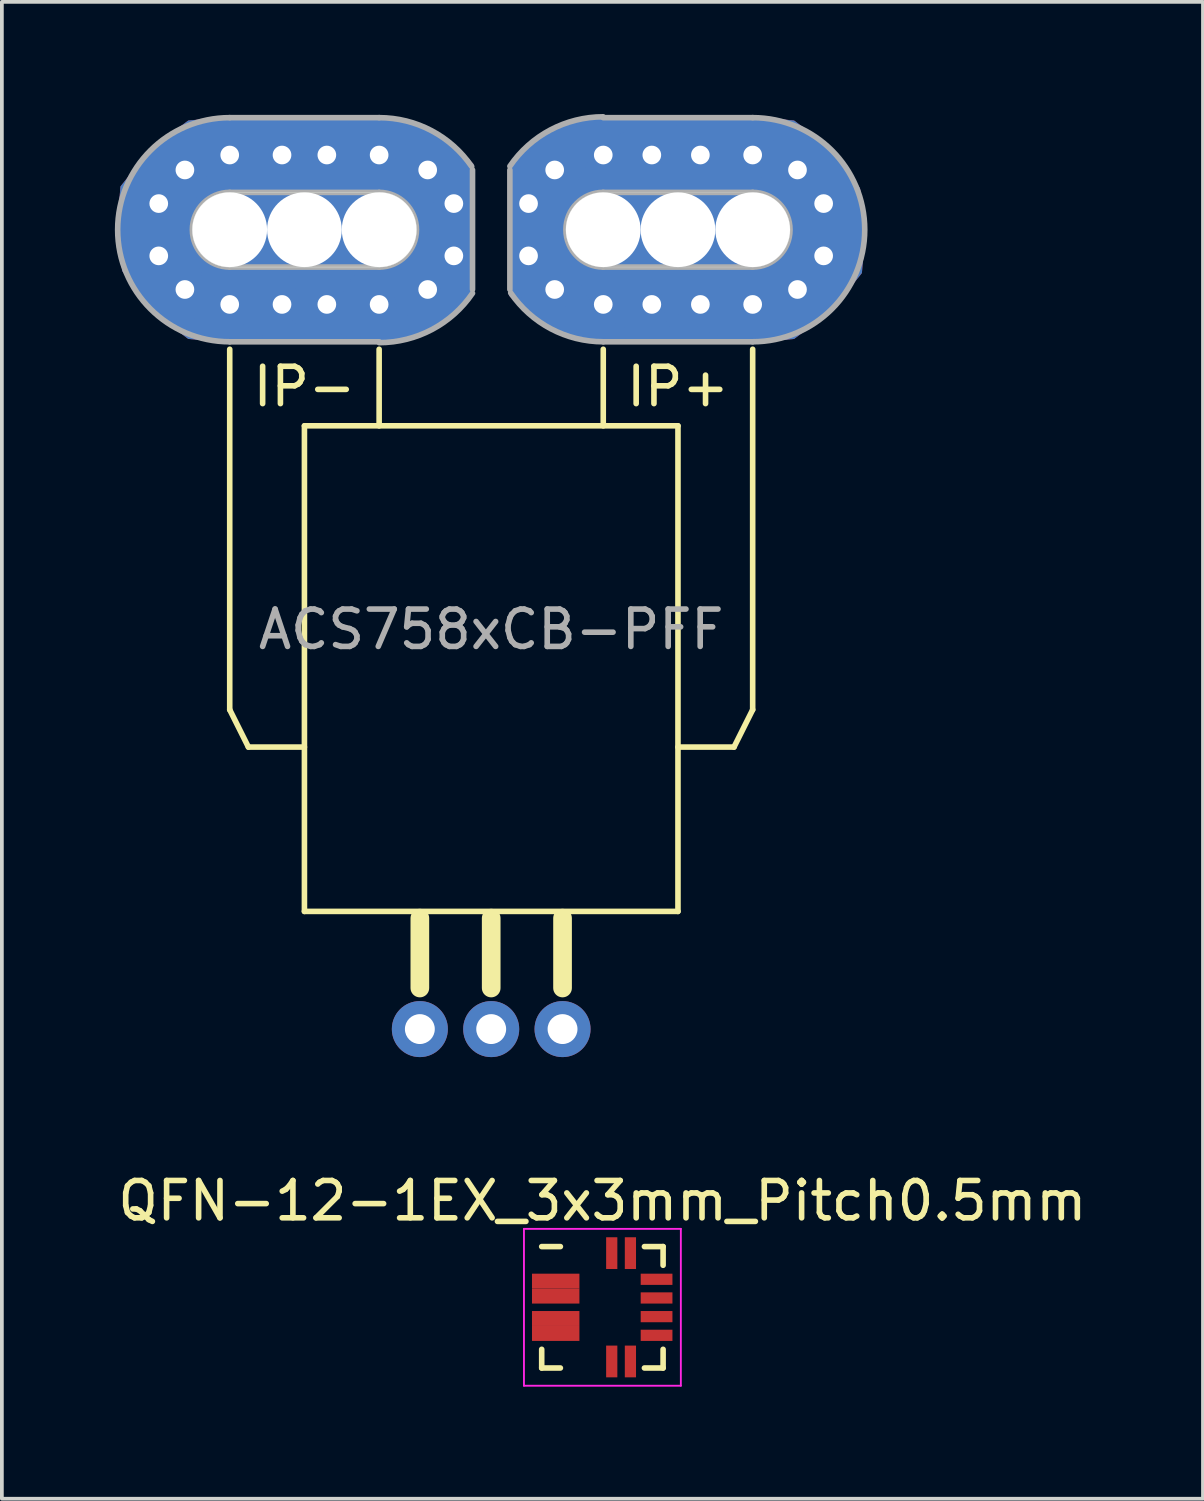
<source format=kicad_pcb>
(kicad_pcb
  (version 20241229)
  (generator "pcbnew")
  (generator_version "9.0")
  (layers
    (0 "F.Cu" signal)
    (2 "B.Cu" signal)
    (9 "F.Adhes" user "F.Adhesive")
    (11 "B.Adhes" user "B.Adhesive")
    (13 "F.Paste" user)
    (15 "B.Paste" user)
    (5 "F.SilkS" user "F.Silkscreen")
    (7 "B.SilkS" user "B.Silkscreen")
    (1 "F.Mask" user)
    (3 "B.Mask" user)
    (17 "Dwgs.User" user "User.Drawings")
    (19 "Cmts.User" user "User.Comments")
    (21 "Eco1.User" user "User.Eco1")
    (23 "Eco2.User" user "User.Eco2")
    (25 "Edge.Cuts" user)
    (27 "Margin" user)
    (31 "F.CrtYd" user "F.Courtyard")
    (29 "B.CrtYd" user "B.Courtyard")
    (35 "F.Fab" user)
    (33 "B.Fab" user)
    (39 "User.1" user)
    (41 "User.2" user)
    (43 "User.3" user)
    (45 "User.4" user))
  (footprint "QFN-12-1EX_3x3mm_Pitch0.5mm"
    (layer "F.Cu")
    (at 13.077 31.948)
    (property "Reference" "QFN-12-1EX_3x3mm_Pitch0.5mm" (at 0 -2.85 0) (layer "F.SilkS") (effects (font (size 1 1) (thickness 0.15))))
    (attr smd)
    (fp_line (start -1.625 -1.625) (end -1.125 -1.625) (stroke (width 0.15) (type solid)) (layer "F.SilkS"))
    (fp_line (start -1.625 1.625) (end -1.625 1.125) (stroke (width 0.15) (type solid)) (layer "F.SilkS"))
    (fp_line (start -1.625 1.625) (end -1.125 1.625) (stroke (width 0.15) (type solid)) (layer "F.SilkS"))
    (fp_line (start 1.625 -1.625) (end 1.125 -1.625) (stroke (width 0.15) (type solid)) (layer "F.SilkS"))
    (fp_line (start 1.625 -1.625) (end 1.625 -1.125) (stroke (width 0.15) (type solid)) (layer "F.SilkS"))
    (fp_line (start 1.625 1.625) (end 1.125 1.625) (stroke (width 0.15) (type solid)) (layer "F.SilkS"))
    (fp_line (start 1.625 1.625) (end 1.625 1.125) (stroke (width 0.15) (type solid)) (layer "F.SilkS"))
    (fp_line (start -2.1 -2.1) (end -2.1 2.1) (stroke (width 0.05) (type solid)) (layer "F.CrtYd"))
    (fp_line (start -2.1 -2.1) (end 2.1 -2.1) (stroke (width 0.05) (type solid)) (layer "F.CrtYd"))
    (fp_line (start -2.1 2.1) (end 2.1 2.1) (stroke (width 0.05) (type solid)) (layer "F.CrtYd"))
    (fp_line (start 2.1 -2.1) (end 2.1 2.1) (stroke (width 0.05) (type solid)) (layer "F.CrtYd"))
    (pad "1" smd rect (at -1.25 -0.7) (size 1.27 0.4) (layers "F.Cu" "F.Mask" "F.Paste"))
    (pad "2" smd rect (at -1.25 -0.3) (size 1.27 0.4) (layers "F.Cu" "F.Mask" "F.Paste"))
    (pad "3" smd rect (at -1.25 0.3) (size 1.27 0.4) (layers "F.Cu" "F.Mask" "F.Paste"))
    (pad "4" smd rect (at -1.25 0.7) (size 1.27 0.4) (layers "F.Cu" "F.Mask" "F.Paste"))
    (pad "5" smd rect (at 0.25 1.45 90) (size 0.85 0.3) (layers "F.Cu" "F.Mask" "F.Paste"))
    (pad "6" smd rect (at 0.75 1.45 90) (size 0.85 0.3) (layers "F.Cu" "F.Mask" "F.Paste"))
    (pad "7" smd rect (at 1.45 0.75) (size 0.85 0.3) (layers "F.Cu" "F.Mask" "F.Paste"))
    (pad "8" smd rect (at 1.45 0.25) (size 0.85 0.3) (layers "F.Cu" "F.Mask" "F.Paste"))
    (pad "9" smd rect (at 1.45 -0.25) (size 0.85 0.3) (layers "F.Cu" "F.Mask" "F.Paste"))
    (pad "10" smd rect (at 1.45 -0.75) (size 0.85 0.3) (layers "F.Cu" "F.Mask" "F.Paste"))
    (pad "11" smd rect (at 0.75 -1.45 90) (size 0.85 0.3) (layers "F.Cu" "F.Mask" "F.Paste"))
    (pad "12" smd rect (at 0.25 -1.45 90) (size 0.85 0.3) (layers "F.Cu" "F.Mask" "F.Paste")))
  (footprint "ACS758xCB-PFF"
    (layer "F.Cu")
    (at 10.1 13.8)
    (property "Reference" "ACS758xCB-PFF" (at 0 0 0) (layer "F.Fab") (effects (font (size 1 1) (thickness 0.15))))
    (attr through_hole)
    (fp_poly (pts (xy -1.95 -13.5) (xy -1.05 -13) (xy -0.5 -12.45) (xy -0.5 -8.95) (xy -1.05 -8.4) (xy -1.95 -7.9) (xy -3 -7.7) (xy -7 -7.7) (xy -8.1 -7.8) (xy -9.1 -8.55) (xy -9.85 -9.6) (xy -10 -10.7) (xy -9.9 -11.85) (xy -9.1 -12.85) (xy -8.1 -13.6) (xy -7 -13.7) (xy -3 -13.7) (xy -1.95 -13.5)) (stroke (width 0.05) (type solid)) (fill yes) (layer "F.Cu"))
    (fp_poly (pts (xy 1.95 -7.9) (xy 1.05 -8.4) (xy 0.5 -8.95) (xy 0.5 -12.45) (xy 1.05 -13) (xy 1.95 -13.5) (xy 3 -13.7) (xy 7 -13.7) (xy 8.1 -13.6) (xy 9.1 -12.85) (xy 9.85 -11.8) (xy 10 -10.7) (xy 9.9 -9.55) (xy 9.1 -8.55) (xy 8.1 -7.8) (xy 7 -7.7) (xy 3 -7.7) (xy 1.95 -7.9)) (stroke (width 0.05) (type solid)) (fill yes) (layer "F.Cu"))
    (fp_poly (pts (xy -1.95 -13.5) (xy -1.05 -13) (xy -0.5 -12.45) (xy -0.5 -8.95) (xy -1.05 -8.4) (xy -1.95 -7.9) (xy -3 -7.7) (xy -7 -7.7) (xy -8.1 -7.8) (xy -9.1 -8.55) (xy -9.85 -9.6) (xy -10 -10.7) (xy -9.9 -11.85) (xy -9.1 -12.85) (xy -8.1 -13.6) (xy -7 -13.7) (xy -3 -13.7) (xy -1.95 -13.5)) (stroke (width 0.2) (type solid)) (fill yes) (layer "F.Mask"))
    (fp_poly (pts (xy 1.95 -7.9) (xy 1.05 -8.4) (xy 0.5 -8.95) (xy 0.5 -12.45) (xy 1.05 -13) (xy 1.95 -13.5) (xy 3 -13.7) (xy 7 -13.7) (xy 8.1 -13.6) (xy 9.1 -12.85) (xy 9.85 -11.8) (xy 10 -10.7) (xy 9.9 -9.55) (xy 9.1 -8.55) (xy 8.1 -7.8) (xy 7 -7.7) (xy 3 -7.7) (xy 1.95 -7.9)) (stroke (width 0.2) (type solid)) (fill yes) (layer "F.Mask"))
    (fp_poly (pts (xy -1.95 -13.5) (xy -1.05 -13) (xy -0.5 -12.45) (xy -0.5 -8.95) (xy -1.05 -8.4) (xy -1.95 -7.9) (xy -3 -7.7) (xy -7 -7.7) (xy -8.1 -7.8) (xy -9.1 -8.55) (xy -9.85 -9.6) (xy -10 -10.7) (xy -9.9 -11.85) (xy -9.1 -12.85) (xy -8.1 -13.6) (xy -7 -13.7) (xy -3 -13.7) (xy -1.95 -13.5)) (stroke (width 0.05) (type solid)) (fill yes) (layer "B.Cu"))
    (fp_poly (pts (xy 1.95 -7.9) (xy 1.05 -8.4) (xy 0.5 -8.95) (xy 0.5 -12.45) (xy 1.05 -13) (xy 1.95 -13.5) (xy 3 -13.7) (xy 7 -13.7) (xy 8.1 -13.6) (xy 9.1 -12.85) (xy 9.85 -11.8) (xy 10 -10.7) (xy 9.9 -9.55) (xy 9.1 -8.55) (xy 8.1 -7.8) (xy 7 -7.7) (xy 3 -7.7) (xy 1.95 -7.9)) (stroke (width 0.05) (type solid)) (fill yes) (layer "B.Cu"))
    (fp_poly (pts (xy -1.95 -13.5) (xy -1.05 -13) (xy -0.5 -12.45) (xy -0.5 -8.95) (xy -1.05 -8.4) (xy -1.95 -7.9) (xy -3 -7.7) (xy -7 -7.7) (xy -8.1 -7.8) (xy -9.1 -8.55) (xy -9.85 -9.6) (xy -10 -10.7) (xy -9.9 -11.85) (xy -9.1 -12.85) (xy -8.1 -13.6) (xy -7 -13.7) (xy -3 -13.7) (xy -1.95 -13.5)) (stroke (width 0.2) (type solid)) (fill yes) (layer "B.Mask"))
    (fp_poly (pts (xy 1.95 -7.9) (xy 1.05 -8.4) (xy 0.5 -8.95) (xy 0.5 -12.45) (xy 1.05 -13) (xy 1.95 -13.5) (xy 3 -13.7) (xy 7 -13.7) (xy 8.1 -13.6) (xy 9.1 -12.85) (xy 9.85 -11.8) (xy 10 -10.7) (xy 9.9 -9.55) (xy 9.1 -8.55) (xy 8.1 -7.8) (xy 7 -7.7) (xy 3 -7.7) (xy 1.95 -7.9)) (stroke (width 0.2) (type solid)) (fill yes) (layer "B.Mask"))
    (fp_line (start -7 2.15) (end -7 -7.5) (stroke (width 0.15) (type solid)) (layer "F.SilkS"))
    (fp_line (start -6.5 3.15) (end -7 2.15) (stroke (width 0.15) (type solid)) (layer "F.SilkS"))
    (fp_line (start -5 -5.45) (end 5 -5.45) (stroke (width 0.15) (type solid)) (layer "F.SilkS"))
    (fp_line (start -5 3.15) (end -6.5 3.15) (stroke (width 0.15) (type solid)) (layer "F.SilkS"))
    (fp_line (start -5 7.55) (end -5 -5.45) (stroke (width 0.15) (type solid)) (layer "F.SilkS"))
    (fp_line (start -3 -7.5) (end -3 -5.45) (stroke (width 0.15) (type solid)) (layer "F.SilkS"))
    (fp_line (start -1.91 9.6) (end -1.91 7.73) (stroke (width 0.5) (type solid)) (layer "F.SilkS"))
    (fp_line (start 0 9.6) (end 0 7.73) (stroke (width 0.5) (type solid)) (layer "F.SilkS"))
    (fp_line (start 1.91 9.6) (end 1.91 7.73) (stroke (width 0.5) (type solid)) (layer "F.SilkS"))
    (fp_line (start 3 -7.5) (end 3 -5.45) (stroke (width 0.15) (type solid)) (layer "F.SilkS"))
    (fp_line (start 5 -5.45) (end 5 7.55) (stroke (width 0.15) (type solid)) (layer "F.SilkS"))
    (fp_line (start 5 3.15) (end 6.5 3.15) (stroke (width 0.15) (type solid)) (layer "F.SilkS"))
    (fp_line (start 5 7.55) (end -5 7.55) (stroke (width 0.15) (type solid)) (layer "F.SilkS"))
    (fp_line (start 6.5 3.15) (end 7 2.15) (stroke (width 0.15) (type solid)) (layer "F.SilkS"))
    (fp_line (start 7 2.15) (end 7 -7.5) (stroke (width 0.15) (type solid)) (layer "F.SilkS"))
    (fp_line (start -7 -11.7) (end -3 -11.7) (stroke (width 0.01) (type solid)) (layer "Edge.Cuts"))
    (fp_line (start -7 -11.7) (end -3 -11.7) (stroke (width 0.01) (type solid)) (layer "Edge.Cuts"))
    (fp_line (start -3 -9.7) (end -7 -9.7) (stroke (width 0.01) (type solid)) (layer "Edge.Cuts"))
    (fp_line (start -3 -9.7) (end -7 -9.7) (stroke (width 0.01) (type solid)) (layer "Edge.Cuts"))
    (fp_line (start 3 -9.7) (end 7 -9.7) (stroke (width 0.01) (type solid)) (layer "Edge.Cuts"))
    (fp_line (start 7 -11.7) (end 3 -11.7) (stroke (width 0.01) (type solid)) (layer "Edge.Cuts"))
    (fp_arc (start -7 -9.7) (mid -8 -10.7) (end -7 -11.7) (stroke (width 0.01) (type solid)) (layer "Edge.Cuts"))
    (fp_arc (start -7 -9.7) (mid -8 -10.7) (end -7 -11.7) (stroke (width 0.01) (type solid)) (layer "Edge.Cuts"))
    (fp_arc (start -3 -11.7) (mid -2 -10.7) (end -3 -9.7) (stroke (width 0.01) (type solid)) (layer "Edge.Cuts"))
    (fp_arc (start -3 -11.7) (mid -2 -10.7) (end -3 -9.7) (stroke (width 0.01) (type solid)) (layer "Edge.Cuts"))
    (fp_arc (start 3 -9.7) (mid 2 -10.7) (end 3 -11.7) (stroke (width 0.01) (type solid)) (layer "Edge.Cuts"))
    (fp_arc (start 7 -11.7) (mid 8 -10.7) (end 7 -9.7) (stroke (width 0.01) (type solid)) (layer "Edge.Cuts"))
    (fp_line (start -7 -11.7) (end -3 -11.7) (stroke (width 0.15) (type solid)) (layer "F.Fab"))
    (fp_line (start -7 -7.7) (end -3 -7.7) (stroke (width 0.15) (type solid)) (layer "F.Fab"))
    (fp_line (start -3 -13.7) (end -7 -13.7) (stroke (width 0.15) (type solid)) (layer "F.Fab"))
    (fp_line (start -3 -9.7) (end -7 -9.7) (stroke (width 0.15) (type solid)) (layer "F.Fab"))
    (fp_line (start -0.5 -12.3) (end -0.5 -9.1) (stroke (width 0.15) (type solid)) (layer "F.Fab"))
    (fp_line (start 0.5 -9.1) (end 0.5 -12.3) (stroke (width 0.15) (type solid)) (layer "F.Fab"))
    (fp_line (start 3 -13.7) (end 7 -13.7) (stroke (width 0.15) (type solid)) (layer "F.Fab"))
    (fp_line (start 3 -9.7) (end 7 -9.7) (stroke (width 0.15) (type solid)) (layer "F.Fab"))
    (fp_line (start 7 -11.7) (end 3 -11.7) (stroke (width 0.15) (type solid)) (layer "F.Fab"))
    (fp_line (start 7 -7.7) (end 3 -7.7) (stroke (width 0.15) (type solid)) (layer "F.Fab"))
    (fp_arc (start -7 -9.7) (mid -8 -10.7) (end -7 -11.7) (stroke (width 0.15) (type solid)) (layer "F.Fab"))
    (fp_arc (start -7 -7.7) (mid -10 -10.7) (end -7 -13.7) (stroke (width 0.15) (type solid)) (layer "F.Fab"))
    (fp_arc (start -3 -13.7) (mid -1.598525 -13.352521) (end -0.521705 -12.390578) (stroke (width 0.15) (type solid)) (layer "F.Fab"))
    (fp_arc (start -3 -11.7) (mid -2 -10.7) (end -3 -9.7) (stroke (width 0.15) (type solid)) (layer "F.Fab"))
    (fp_arc (start -0.5 -9) (mid -1.583735 -8.029009) (end -2.995552 -7.67676) (stroke (width 0.15) (type solid)) (layer "F.Fab"))
    (fp_arc (start 0.5 -12.4) (mid 1.583735 -13.370991) (end 2.995552 -13.72324) (stroke (width 0.15) (type solid)) (layer "F.Fab"))
    (fp_arc (start 3 -9.7) (mid 2 -10.7) (end 3 -11.7) (stroke (width 0.15) (type solid)) (layer "F.Fab"))
    (fp_arc (start 3 -7.7) (mid 1.598525 -8.047479) (end 0.521705 -9.009422) (stroke (width 0.15) (type solid)) (layer "F.Fab"))
    (fp_arc (start 7 -13.7) (mid 10 -10.7) (end 7 -7.7) (stroke (width 0.15) (type solid)) (layer "F.Fab"))
    (fp_arc (start 7 -11.7) (mid 8 -10.7) (end 7 -9.7) (stroke (width 0.15) (type solid)) (layer "F.Fab"))
    (fp_text user "IP+" (at 5 -6.5 0) (layer "F.SilkS") (effects (font (size 1 1) (thickness 0.15))))
    (fp_text user "IP-" (at -5 -6.5 0) (layer "F.SilkS") (effects (font (size 1 1) (thickness 0.15))))
    (pad "1" thru_hole circle (at -1.91 10.7) (size 1.5 1.5) (drill 0.8) (layers "*.Cu" "*.Mask"))
    (pad "2" thru_hole circle (at 0 10.7) (size 1.5 1.5) (drill 0.8) (layers "*.Cu" "*.Mask"))
    (pad "3" thru_hole circle (at 1.91 10.7) (size 1.5 1.5) (drill 0.8) (layers "*.Cu" "*.Mask"))
    (pad "4" thru_hole oval (at 1 -11.4 180) (size 1 2) (drill 0.5) (layers "*.Cu" "*.Mask"))
    (pad "4" thru_hole oval (at 1 -10 180) (size 1 2) (drill 0.5) (layers "*.Cu" "*.Mask"))
    (pad "4" thru_hole circle (at 1.7 -12.3 180) (size 1.8 1.8) (drill 0.5) (layers "*.Cu" "*.Mask"))
    (pad "4" thru_hole circle (at 1.7 -9.1 180) (size 1.8 1.8) (drill 0.5) (layers "*.Cu" "*.Mask"))
    (pad "4" thru_hole circle (at 3 -12.7) (size 2 2) (drill 0.5) (layers "*.Cu" "*.Mask"))
    (pad "4" thru_hole oval (at 3 -10.7) (size 5 6) (drill 2) (layers "*.Cu" "*.Mask"))
    (pad "4" thru_hole circle (at 3 -8.7) (size 2 2) (drill 0.5) (layers "*.Cu" "*.Mask"))
    (pad "4" thru_hole circle (at 4.3 -12.7) (size 2 2) (drill 0.5) (layers "*.Cu" "*.Mask"))
    (pad "4" thru_hole circle (at 4.3 -8.7) (size 2 2) (drill 0.5) (layers "*.Cu" "*.Mask"))
    (pad "4" thru_hole circle (at 5 -10.7) (size 6 6) (drill 2) (layers "*.Cu" "*.Mask"))
    (pad "4" thru_hole circle (at 5.6 -12.7) (size 2 2) (drill 0.5) (layers "*.Cu" "*.Mask"))
    (pad "4" thru_hole circle (at 5.6 -8.7) (size 2 2) (drill 0.5) (layers "*.Cu" "*.Mask"))
    (pad "4" thru_hole circle (at 7 -12.7) (size 2 2) (drill 0.5) (layers "*.Cu" "*.Mask"))
    (pad "4" thru_hole circle (at 7 -10.7) (size 6 6) (drill 2) (layers "*.Cu" "*.Mask"))
    (pad "4" thru_hole circle (at 7 -8.7) (size 2 2) (drill 0.5) (layers "*.Cu" "*.Mask"))
    (pad "4" thru_hole circle (at 8.2 -12.3) (size 2 2) (drill 0.5) (layers "*.Cu" "*.Mask"))
    (pad "4" thru_hole circle (at 8.2 -9.1) (size 2 2) (drill 0.5) (layers "*.Cu" "*.Mask"))
    (pad "4" thru_hole circle (at 8.9 -11.4) (size 2 2) (drill 0.5) (layers "*.Cu" "*.Mask"))
    (pad "4" thru_hole circle (at 8.9 -10) (size 2 2) (drill 0.5) (layers "*.Cu" "*.Mask"))
    (pad "5" thru_hole circle (at -8.9 -11.4 180) (size 2 2) (drill 0.5) (layers "*.Cu" "*.Mask"))
    (pad "5" thru_hole circle (at -8.9 -10 180) (size 2 2) (drill 0.5) (layers "*.Cu" "*.Mask"))
    (pad "5" thru_hole circle (at -8.2 -12.3 180) (size 2 2) (drill 0.5) (layers "*.Cu" "*.Mask"))
    (pad "5" thru_hole circle (at -8.2 -9.1 180) (size 2 2) (drill 0.5) (layers "*.Cu" "*.Mask"))
    (pad "5" thru_hole circle (at -7 -12.7) (size 2 2) (drill 0.5) (layers "*.Cu" "*.Mask"))
    (pad "5" thru_hole circle (at -7 -10.7) (size 6 6) (drill 2) (layers "*.Cu" "*.Mask"))
    (pad "5" thru_hole circle (at -7 -8.7) (size 2 2) (drill 0.5) (layers "*.Cu" "*.Mask"))
    (pad "5" thru_hole circle (at -5.6 -12.7) (size 2 2) (drill 0.5) (layers "*.Cu" "*.Mask"))
    (pad "5" thru_hole circle (at -5.6 -8.7) (size 2 2) (drill 0.5) (layers "*.Cu" "*.Mask"))
    (pad "5" thru_hole circle (at -5 -10.7) (size 6 6) (drill 2) (layers "*.Cu" "*.Mask"))
    (pad "5" thru_hole circle (at -4.4 -12.7) (size 2 2) (drill 0.5) (layers "*.Cu" "*.Mask"))
    (pad "5" thru_hole circle (at -4.4 -8.7) (size 2 2) (drill 0.5) (layers "*.Cu" "*.Mask"))
    (pad "5" thru_hole circle (at -3 -12.7) (size 2 2) (drill 0.5) (layers "*.Cu" "*.Mask"))
    (pad "5" thru_hole oval (at -3 -10.7) (size 5 6) (drill 2) (layers "*.Cu" "*.Mask"))
    (pad "5" thru_hole circle (at -3 -8.7) (size 2 2) (drill 0.5) (layers "*.Cu" "*.Mask"))
    (pad "5" thru_hole circle (at -1.7 -12.3) (size 1.8 1.8) (drill 0.5) (layers "*.Cu" "*.Mask"))
    (pad "5" thru_hole circle (at -1.7 -9.1) (size 1.8 1.8) (drill 0.5) (layers "*.Cu" "*.Mask"))
    (pad "5" thru_hole oval (at -1 -11.4) (size 1 2) (drill 0.5) (layers "*.Cu" "*.Mask"))
    (pad "5" thru_hole oval (at -1 -10) (size 1 2) (drill 0.5) (layers "*.Cu" "*.Mask")))
  (gr_rect
    (start -3 -3)
    (end 29.155 37.073)
    (stroke (width 0.1) (type default))
    (fill no)
    (layer "Edge.Cuts")))
</source>
